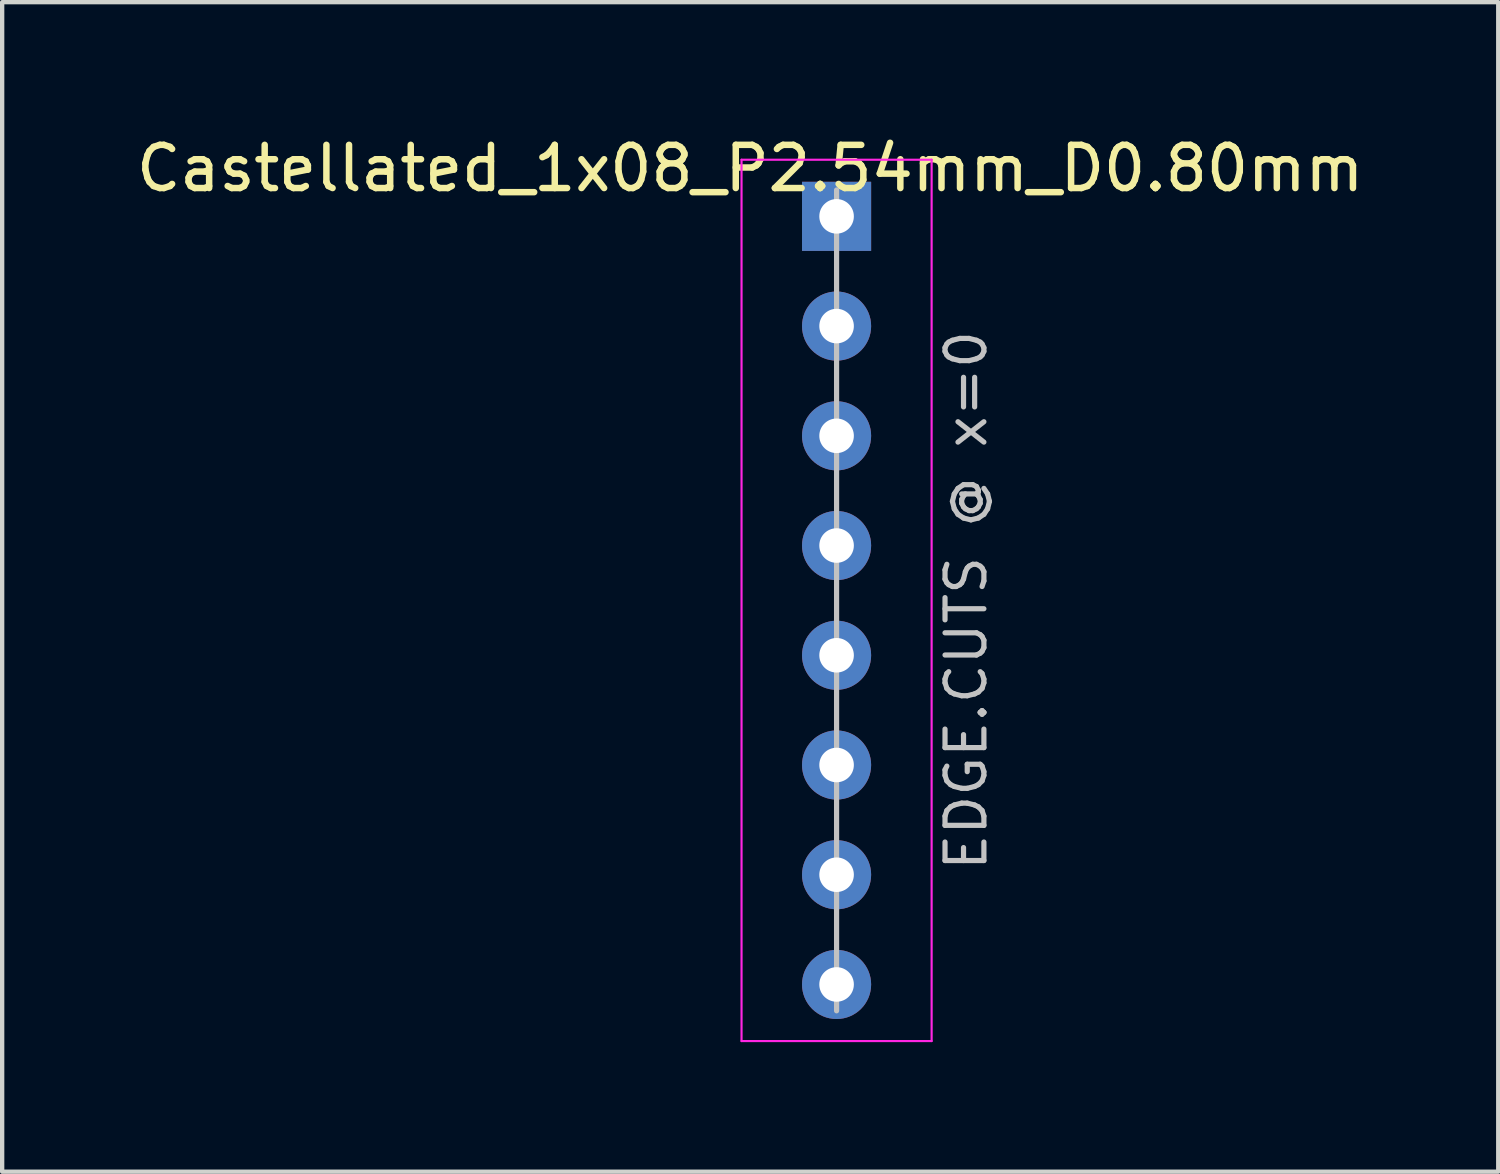
<source format=kicad_pcb>
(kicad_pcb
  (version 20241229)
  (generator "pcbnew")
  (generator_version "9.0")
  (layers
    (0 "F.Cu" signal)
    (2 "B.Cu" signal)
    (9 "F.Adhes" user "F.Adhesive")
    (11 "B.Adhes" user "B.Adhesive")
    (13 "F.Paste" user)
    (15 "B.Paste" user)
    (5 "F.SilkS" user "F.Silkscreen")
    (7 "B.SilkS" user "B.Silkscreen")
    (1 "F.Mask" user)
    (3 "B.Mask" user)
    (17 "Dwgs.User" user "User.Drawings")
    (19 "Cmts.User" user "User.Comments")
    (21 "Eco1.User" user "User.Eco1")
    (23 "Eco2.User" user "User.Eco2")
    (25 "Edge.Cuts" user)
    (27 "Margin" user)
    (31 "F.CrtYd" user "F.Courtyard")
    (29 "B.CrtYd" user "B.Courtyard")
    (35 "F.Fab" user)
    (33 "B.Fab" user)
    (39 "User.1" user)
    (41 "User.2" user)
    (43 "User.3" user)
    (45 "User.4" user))
  (footprint "Castellated_1x08_P2.54mm_D0.80mm"
    (layer "F.Cu")
    (at 16.315 10.848)
    (property "Reference" "Castellated_1x08_P2.54mm_D0.80mm" (at -2 -10 0) (layer "F.SilkS") (effects (font (size 1 1) (thickness 0.15))))
    (attr through_hole)
    (fp_line (start 0 -9.5) (end 0 9.5) (stroke (width 0.12) (type solid)) (layer "Dwgs.User"))
    (fp_line (start -2.2 -10.2) (end 2.2 -10.2) (stroke (width 0.05) (type solid)) (layer "F.CrtYd"))
    (fp_line (start -2.2 10.2) (end -2.2 -10.2) (stroke (width 0.05) (type solid)) (layer "F.CrtYd"))
    (fp_line (start 2.2 -10.2) (end 2.2 10.2) (stroke (width 0.05) (type solid)) (layer "F.CrtYd"))
    (fp_line (start 2.2 10.2) (end -2.2 10.2) (stroke (width 0.05) (type solid)) (layer "F.CrtYd"))
    (fp_text user "EDGE.CUTS @ x=0" (at 3 0 90) (layer "Dwgs.User") (effects (font (size 0.9 0.9) (thickness 0.12))))
    (pad "1" thru_hole rect (at 0 -8.89) (size 1.6 1.6) (drill 0.8) (layers "*.Cu" "*.Mask"))
    (pad "2" thru_hole circle (at 0 -6.35) (size 1.6 1.6) (drill 0.8) (layers "*.Cu" "*.Mask"))
    (pad "3" thru_hole circle (at 0 -3.81) (size 1.6 1.6) (drill 0.8) (layers "*.Cu" "*.Mask"))
    (pad "4" thru_hole circle (at 0 -1.27) (size 1.6 1.6) (drill 0.8) (layers "*.Cu" "*.Mask"))
    (pad "5" thru_hole circle (at 0 1.27) (size 1.6 1.6) (drill 0.8) (layers "*.Cu" "*.Mask"))
    (pad "6" thru_hole circle (at 0 3.81) (size 1.6 1.6) (drill 0.8) (layers "*.Cu" "*.Mask"))
    (pad "7" thru_hole circle (at 0 6.35) (size 1.6 1.6) (drill 0.8) (layers "*.Cu" "*.Mask"))
    (pad "8" thru_hole circle (at 0 8.89) (size 1.6 1.6) (drill 0.8) (layers "*.Cu" "*.Mask")))
  (gr_rect
    (start -3 -3)
    (end 31.631 24.073)
    (stroke (width 0.1) (type default))
    (fill no)
    (layer "Edge.Cuts")))
</source>
